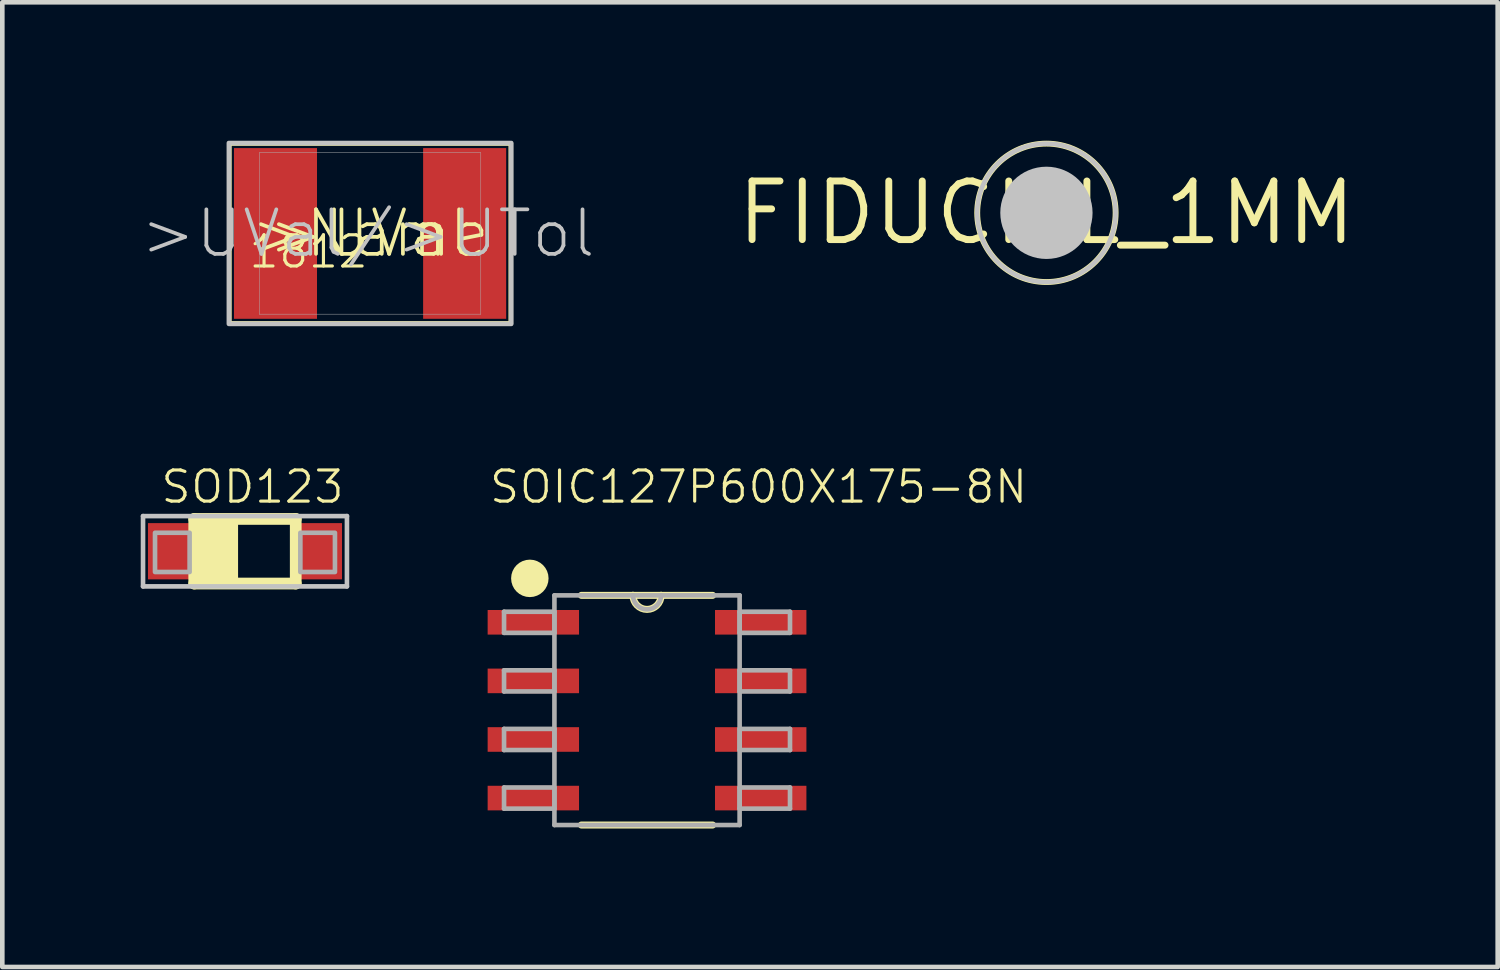
<source format=kicad_pcb>
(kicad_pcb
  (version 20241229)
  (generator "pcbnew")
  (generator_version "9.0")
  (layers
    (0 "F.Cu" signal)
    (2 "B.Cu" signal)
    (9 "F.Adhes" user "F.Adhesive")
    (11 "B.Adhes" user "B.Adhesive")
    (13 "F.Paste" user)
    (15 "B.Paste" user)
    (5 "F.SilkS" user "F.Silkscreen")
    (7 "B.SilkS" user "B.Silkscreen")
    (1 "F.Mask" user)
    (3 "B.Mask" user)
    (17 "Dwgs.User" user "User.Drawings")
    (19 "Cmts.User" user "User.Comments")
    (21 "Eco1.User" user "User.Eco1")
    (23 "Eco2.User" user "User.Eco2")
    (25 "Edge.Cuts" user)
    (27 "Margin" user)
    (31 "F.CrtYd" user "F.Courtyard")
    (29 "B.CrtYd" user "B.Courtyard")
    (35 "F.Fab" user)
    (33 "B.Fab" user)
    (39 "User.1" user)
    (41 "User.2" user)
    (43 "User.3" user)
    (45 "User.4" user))
  (footprint "1812"
    (layer "F.Cu")
    (at 4.971 2.01)
    (property "Reference" "1812" (at 0 0 0) (layer "F.SilkS") (effects (font (size 0.676 0.676) (thickness 0.068)) (justify right top)))
    (attr through_hole)
    (fp_line (start -3.05 -1.95) (end 3.05 -1.95) (stroke (width 0.1) (type solid)) (layer "F.SilkS"))
    (fp_line (start -3.05 1.95) (end -3.05 -1.95) (stroke (width 0.1) (type solid)) (layer "F.SilkS"))
    (fp_line (start 3.05 -1.95) (end 3.05 1.95) (stroke (width 0.1) (type solid)) (layer "F.SilkS"))
    (fp_line (start 3.05 1.95) (end -3.05 1.95) (stroke (width 0.1) (type solid)) (layer "F.SilkS"))
    (fp_poly (pts (xy -3.06 -1.96) (xy 3.06 -1.96) (xy 3.06 1.96) (xy -3.06 1.96)) (stroke (width 0.1) (type solid)) (fill no) (layer "Dwgs.User"))
    (fp_line (start -2.4 -1.75) (end 2.4 -1.75) (stroke (width 0.01) (type solid)) (layer "F.Fab"))
    (fp_line (start -2.4 1.75) (end -2.4 -1.75) (stroke (width 0.01) (type solid)) (layer "F.Fab"))
    (fp_line (start 2.4 -1.75) (end 2.4 1.75) (stroke (width 0.01) (type solid)) (layer "F.Fab"))
    (fp_line (start 2.4 1.75) (end -2.4 1.75) (stroke (width 0.01) (type solid)) (layer "F.Fab"))
    (fp_text user ">Name" (at 0 0 0) (layer "F.SilkS") (effects (font (size 0.965 0.965) (thickness 0.081))))
    (fp_text user ">UVal" (at 0 0 0) (layer "F.SilkS") (effects (font (size 0.965 0.965) (thickness 0.081))))
    (fp_text user ">UTol" (at 0.508 0 0) (layer "Dwgs.User") (effects (font (size 0.965 0.965) (thickness 0.081)) (justify left)))
    (fp_text user "/" (at 0 0 0) (layer "Dwgs.User") (effects (font (size 0.965 0.965) (thickness 0.081))))
    (fp_text user ">UVal" (at -0.508 0 0) (layer "Dwgs.User") (effects (font (size 0.965 0.965) (thickness 0.081)) (justify right)))
    (pad "P$1" smd rect (at -2.05 0) (size 1.8 3.7) (layers "F.Cu" "F.Mask" "F.Paste"))
    (pad "P$2" smd rect (at 2.05 0) (size 1.8 3.7) (layers "F.Cu" "F.Mask" "F.Paste")))
  (footprint "SOIC127P600X175-8N"
    (layer "F.Cu")
    (at 10.974 12.343)
    (property "Reference" "SOIC127P600X175-8N" (at -3.454 -4.445 180) (layer "F.SilkS") (effects (font (size 0.676 0.676) (thickness 0.068)) (justify left bottom)))
    (attr through_hole)
    (fp_line (start -1.422 2.489) (end 1.422 2.489) (stroke (width 0.152) (type solid)) (layer "F.SilkS"))
    (fp_line (start -0.305 -2.489) (end -1.422 -2.489) (stroke (width 0.152) (type solid)) (layer "F.SilkS"))
    (fp_line (start 0.305 -2.489) (end -0.305 -2.489) (stroke (width 0.152) (type solid)) (layer "F.SilkS"))
    (fp_line (start 1.422 -2.489) (end 0.305 -2.489) (stroke (width 0.152) (type solid)) (layer "F.SilkS"))
    (fp_arc (start 0.3048 -2.4892) (mid 0 -2.1844) (end -0.3048 -2.4892) (stroke (width 0.1524) (type solid)) (layer "F.SilkS"))
    (fp_circle (center -2.54 -2.857) (end -2.337 -2.857) (stroke (width 0.406) (type solid)) (fill no) (layer "F.SilkS"))
    (fp_line (start -3.099 -2.134) (end -3.099 -1.676) (stroke (width 0.1) (type solid)) (layer "F.Fab"))
    (fp_line (start -3.099 -1.676) (end -2.007 -1.676) (stroke (width 0.1) (type solid)) (layer "F.Fab"))
    (fp_line (start -3.099 -0.864) (end -3.099 -0.406) (stroke (width 0.1) (type solid)) (layer "F.Fab"))
    (fp_line (start -3.099 -0.406) (end -2.007 -0.406) (stroke (width 0.1) (type solid)) (layer "F.Fab"))
    (fp_line (start -3.099 0.406) (end -3.099 0.864) (stroke (width 0.1) (type solid)) (layer "F.Fab"))
    (fp_line (start -3.099 0.864) (end -2.007 0.864) (stroke (width 0.1) (type solid)) (layer "F.Fab"))
    (fp_line (start -3.099 1.676) (end -3.099 2.134) (stroke (width 0.1) (type solid)) (layer "F.Fab"))
    (fp_line (start -3.099 2.134) (end -2.007 2.134) (stroke (width 0.1) (type solid)) (layer "F.Fab"))
    (fp_line (start -2.007 -2.489) (end -2.007 2.489) (stroke (width 0.1) (type solid)) (layer "F.Fab"))
    (fp_line (start -2.007 -2.134) (end -3.099 -2.134) (stroke (width 0.1) (type solid)) (layer "F.Fab"))
    (fp_line (start -2.007 -1.676) (end -2.007 -2.134) (stroke (width 0.1) (type solid)) (layer "F.Fab"))
    (fp_line (start -2.007 -0.864) (end -3.099 -0.864) (stroke (width 0.1) (type solid)) (layer "F.Fab"))
    (fp_line (start -2.007 -0.406) (end -2.007 -0.864) (stroke (width 0.1) (type solid)) (layer "F.Fab"))
    (fp_line (start -2.007 0.406) (end -3.099 0.406) (stroke (width 0.1) (type solid)) (layer "F.Fab"))
    (fp_line (start -2.007 0.864) (end -2.007 0.406) (stroke (width 0.1) (type solid)) (layer "F.Fab"))
    (fp_line (start -2.007 1.676) (end -3.099 1.676) (stroke (width 0.1) (type solid)) (layer "F.Fab"))
    (fp_line (start -2.007 2.134) (end -2.007 1.676) (stroke (width 0.1) (type solid)) (layer "F.Fab"))
    (fp_line (start -2.007 2.489) (end 2.007 2.489) (stroke (width 0.1) (type solid)) (layer "F.Fab"))
    (fp_line (start -0.305 -2.489) (end -2.007 -2.489) (stroke (width 0.1) (type solid)) (layer "F.Fab"))
    (fp_line (start 0.305 -2.489) (end -0.305 -2.489) (stroke (width 0.1) (type solid)) (layer "F.Fab"))
    (fp_line (start 2.007 -2.489) (end 0.305 -2.489) (stroke (width 0.1) (type solid)) (layer "F.Fab"))
    (fp_line (start 2.007 -2.134) (end 2.007 -1.676) (stroke (width 0.1) (type solid)) (layer "F.Fab"))
    (fp_line (start 2.007 -1.676) (end 3.099 -1.676) (stroke (width 0.1) (type solid)) (layer "F.Fab"))
    (fp_line (start 2.007 -0.864) (end 2.007 -0.406) (stroke (width 0.1) (type solid)) (layer "F.Fab"))
    (fp_line (start 2.007 -0.406) (end 3.099 -0.406) (stroke (width 0.1) (type solid)) (layer "F.Fab"))
    (fp_line (start 2.007 0.406) (end 2.007 0.864) (stroke (width 0.1) (type solid)) (layer "F.Fab"))
    (fp_line (start 2.007 0.864) (end 3.099 0.864) (stroke (width 0.1) (type solid)) (layer "F.Fab"))
    (fp_line (start 2.007 1.676) (end 2.007 2.134) (stroke (width 0.1) (type solid)) (layer "F.Fab"))
    (fp_line (start 2.007 2.134) (end 3.099 2.134) (stroke (width 0.1) (type solid)) (layer "F.Fab"))
    (fp_line (start 2.007 2.489) (end 2.007 -2.489) (stroke (width 0.1) (type solid)) (layer "F.Fab"))
    (fp_line (start 3.099 -2.134) (end 2.007 -2.134) (stroke (width 0.1) (type solid)) (layer "F.Fab"))
    (fp_line (start 3.099 -1.676) (end 3.099 -2.134) (stroke (width 0.1) (type solid)) (layer "F.Fab"))
    (fp_line (start 3.099 -0.864) (end 2.007 -0.864) (stroke (width 0.1) (type solid)) (layer "F.Fab"))
    (fp_line (start 3.099 -0.406) (end 3.099 -0.864) (stroke (width 0.1) (type solid)) (layer "F.Fab"))
    (fp_line (start 3.099 0.406) (end 2.007 0.406) (stroke (width 0.1) (type solid)) (layer "F.Fab"))
    (fp_line (start 3.099 0.864) (end 3.099 0.406) (stroke (width 0.1) (type solid)) (layer "F.Fab"))
    (fp_line (start 3.099 1.676) (end 2.007 1.676) (stroke (width 0.1) (type solid)) (layer "F.Fab"))
    (fp_line (start 3.099 2.134) (end 3.099 1.676) (stroke (width 0.1) (type solid)) (layer "F.Fab"))
    (fp_arc (start 0.3048 -2.4892) (mid 0 -2.1844) (end -0.3048 -2.4892) (stroke (width 0.1) (type solid)) (layer "F.Fab"))
    (pad "1" smd rect (at -2.464 -1.905) (size 1.981 0.533) (layers "F.Cu" "F.Mask" "F.Paste"))
    (pad "2" smd rect (at -2.464 -0.635) (size 1.981 0.533) (layers "F.Cu" "F.Mask" "F.Paste"))
    (pad "3" smd rect (at -2.464 0.635) (size 1.981 0.533) (layers "F.Cu" "F.Mask" "F.Paste"))
    (pad "4" smd rect (at -2.464 1.905) (size 1.981 0.533) (layers "F.Cu" "F.Mask" "F.Paste"))
    (pad "5" smd rect (at 2.464 1.905) (size 1.981 0.533) (layers "F.Cu" "F.Mask" "F.Paste"))
    (pad "6" smd rect (at 2.464 0.635) (size 1.981 0.533) (layers "F.Cu" "F.Mask" "F.Paste"))
    (pad "7" smd rect (at 2.464 -0.635) (size 1.981 0.533) (layers "F.Cu" "F.Mask" "F.Paste"))
    (pad "8" smd rect (at 2.464 -1.905) (size 1.981 0.533) (layers "F.Cu" "F.Mask" "F.Paste")))
  (footprint "FIDUCIAL_1MM"
    (layer "F.Cu")
    (at 19.631 1.563)
    (property "Reference" "FIDUCIAL_1MM" (at 0 0 0) (layer "F.SilkS") (effects (font (size 1.27 1.27) (thickness 0.15))))
    (attr through_hole)
    (fp_circle (center 0 0) (end 0.316 0) (stroke (width 1.5) (type solid)) (fill no) (layer "F.Mask"))
    (fp_circle (center 0 0) (end 1.5 0) (stroke (width 0.127) (type solid)) (fill no) (layer "F.SilkS"))
    (fp_circle (center 0 0) (end 0.5 0) (stroke (width 1) (type solid)) (fill no) (layer "Dwgs.User"))
    (fp_circle (center 0 0) (end 1.5 0) (stroke (width 0.1) (type solid)) (fill no) (layer "Dwgs.User")))
  (footprint "SOD123"
    (layer "F.Cu")
    (at 2.26 8.898)
    (property "Reference" "SOD123" (at -1.862 -1 180) (layer "F.SilkS") (effects (font (size 0.676 0.676) (thickness 0.068)) (justify left bottom)))
    (attr through_hole)
    (fp_line (start -1.1 -0.7) (end 1.1 -0.7) (stroke (width 0.254) (type solid)) (layer "F.SilkS"))
    (fp_line (start -1.1 0.7) (end -1.1 -0.7) (stroke (width 0.254) (type solid)) (layer "F.SilkS"))
    (fp_line (start 1.1 -0.7) (end 1.1 0.7) (stroke (width 0.254) (type solid)) (layer "F.SilkS"))
    (fp_line (start 1.1 0.7) (end -1.1 0.7) (stroke (width 0.254) (type solid)) (layer "F.SilkS"))
    (fp_poly (pts (xy -1.05 0.65) (xy -0.15 0.65) (xy -0.15 -0.7) (xy -1.05 -0.7)) (stroke (width 0) (type solid)) (fill yes) (layer "F.SilkS"))
    (fp_line (start -2.21 -0.762) (end -2.21 0.762) (stroke (width 0.1) (type solid)) (layer "Dwgs.User"))
    (fp_line (start -2.21 0.762) (end 2.21 0.762) (stroke (width 0.1) (type solid)) (layer "Dwgs.User"))
    (fp_line (start 2.21 -0.762) (end -2.21 -0.762) (stroke (width 0.1) (type solid)) (layer "Dwgs.User"))
    (fp_line (start 2.21 0.762) (end 2.21 -0.762) (stroke (width 0.1) (type solid)) (layer "Dwgs.User"))
    (fp_poly (pts (xy -1.95 0.45) (xy -1.2 0.45) (xy -1.2 -0.4) (xy -1.95 -0.4)) (stroke (width 0.1) (type solid)) (fill no) (layer "F.Fab"))
    (fp_poly (pts (xy 1.2 0.45) (xy 1.95 0.45) (xy 1.95 -0.4) (xy 1.2 -0.4)) (stroke (width 0.1) (type solid)) (fill no) (layer "F.Fab"))
    (pad "A" smd rect (at 1.646 0) (size 0.914 1.219) (layers "F.Cu" "F.Mask" "F.Paste"))
    (pad "C" smd rect (at -1.646 0) (size 0.914 1.219) (layers "F.Cu" "F.Mask" "F.Paste")))
  (gr_rect
    (start -3 -3)
    (end 29.412 17.909)
    (stroke (width 0.1) (type default))
    (fill no)
    (layer "Edge.Cuts")))
</source>
